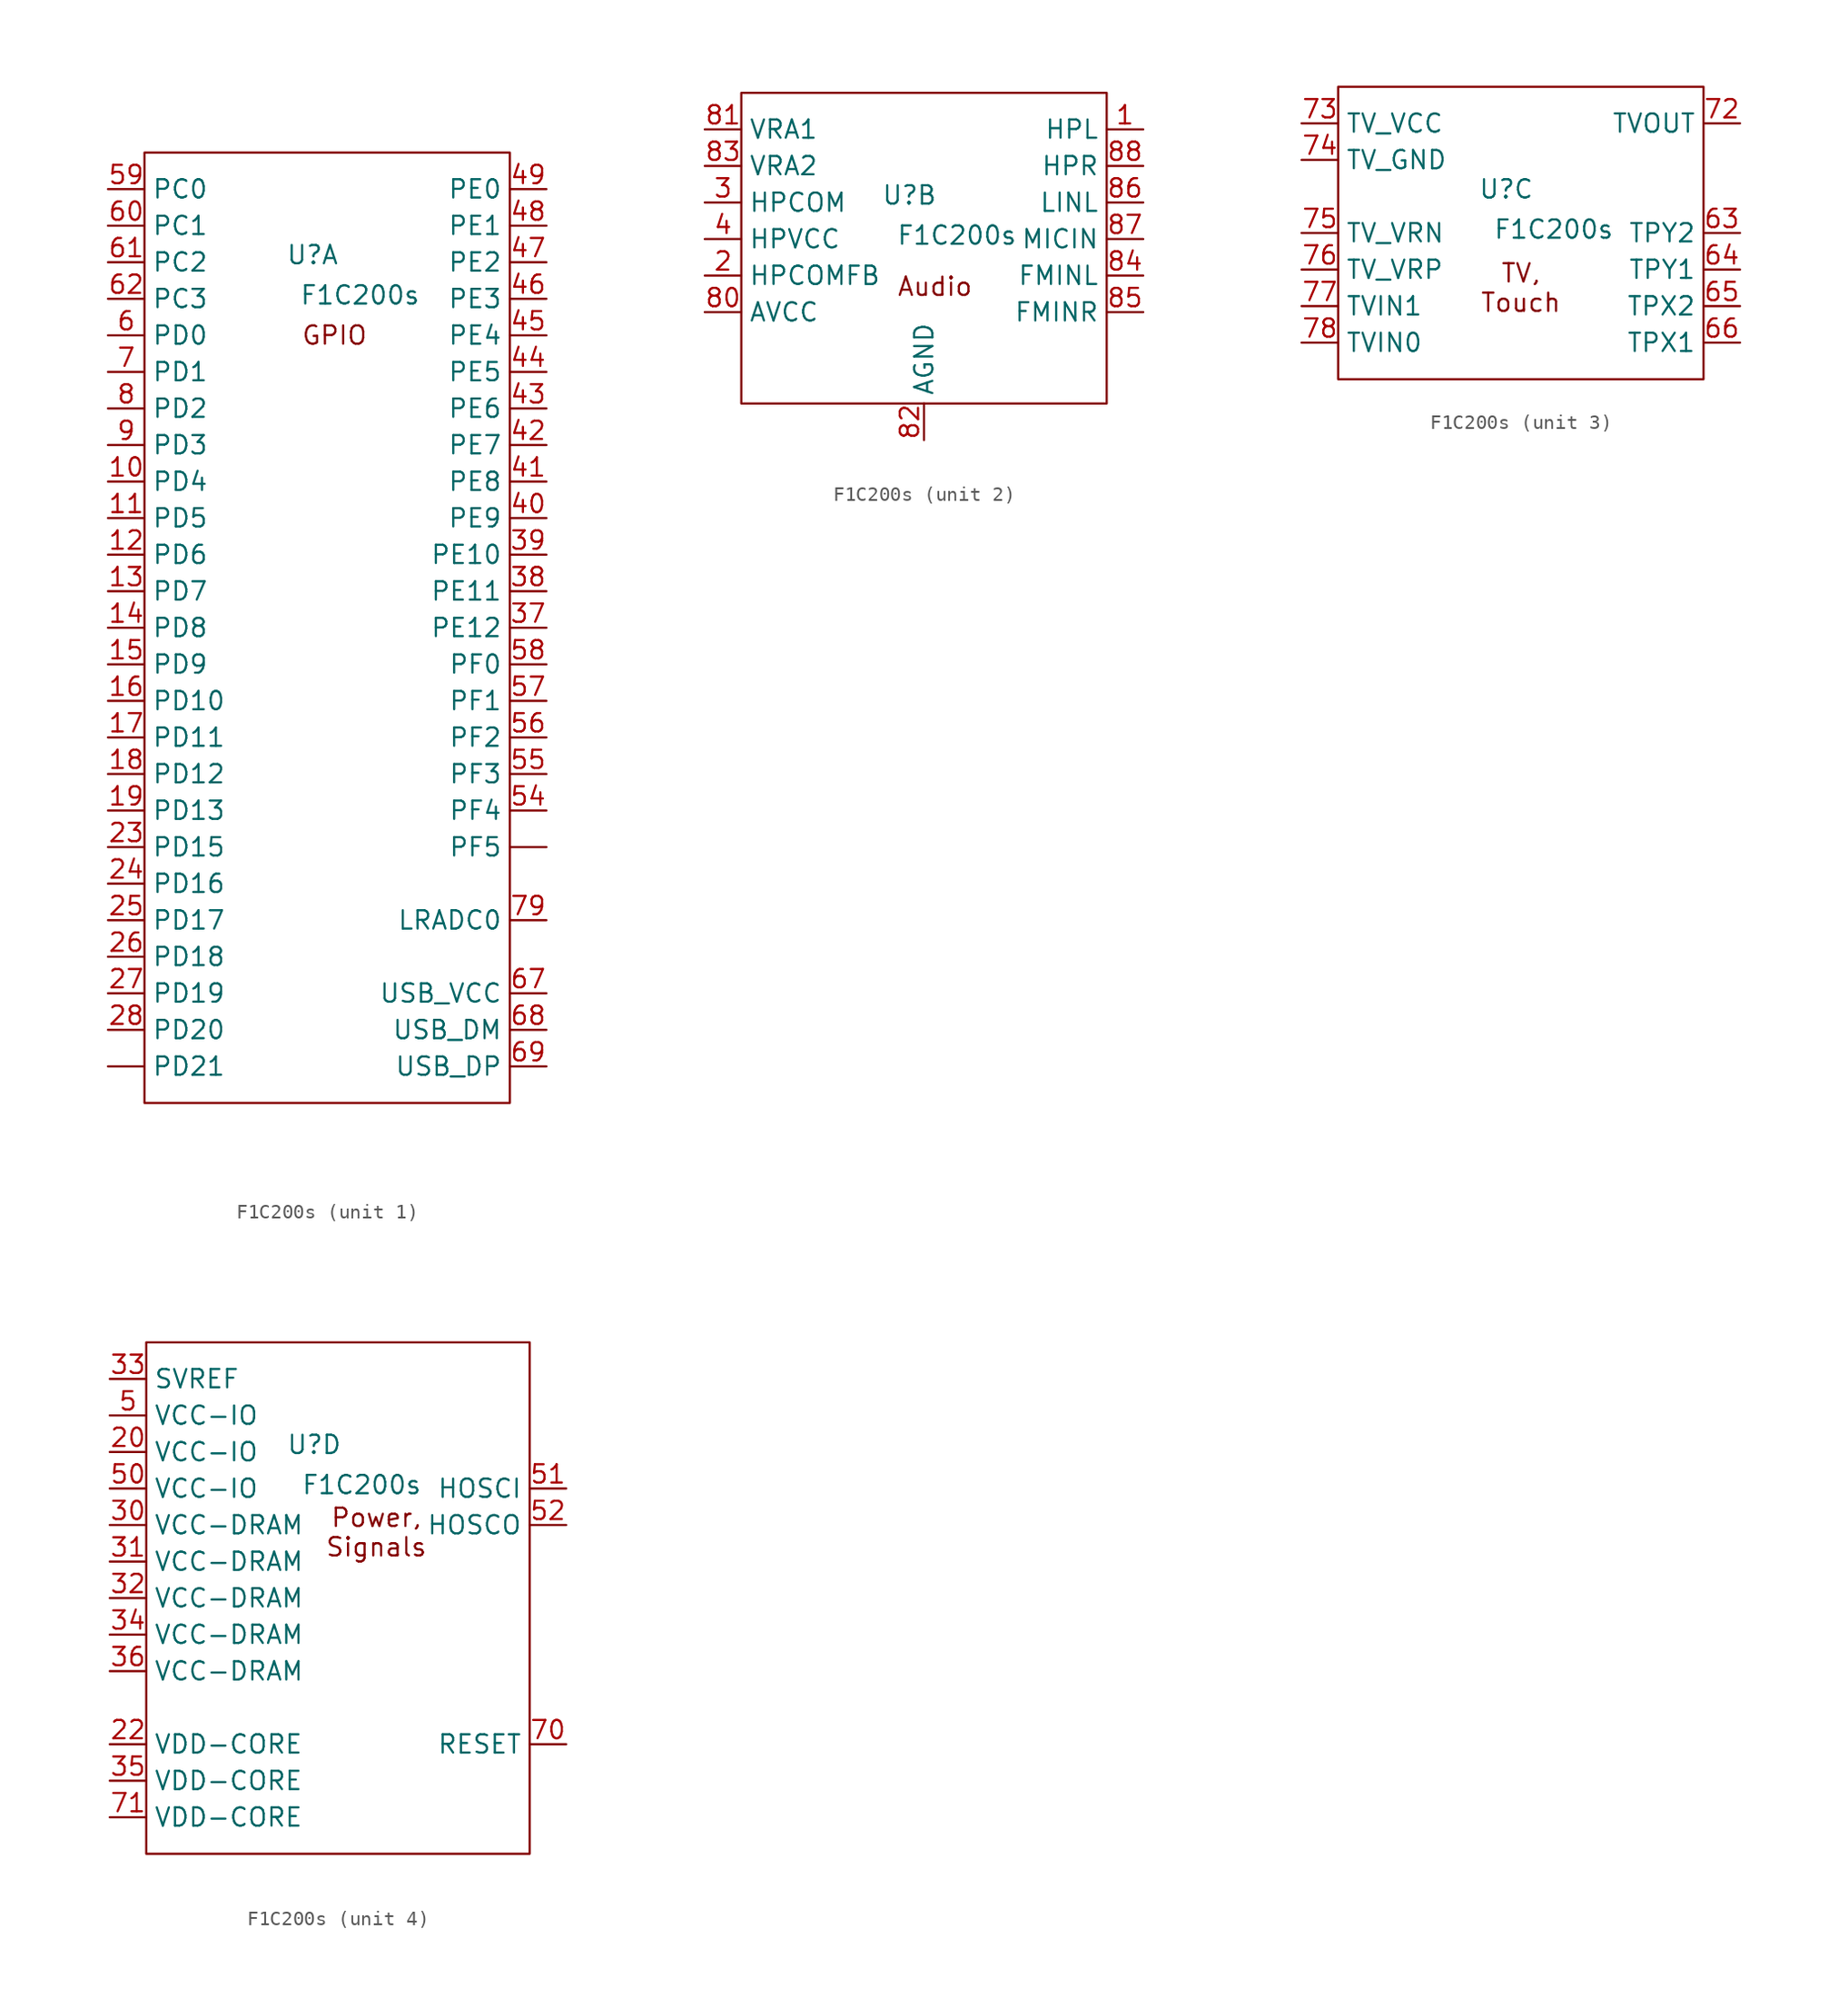
<source format=kicad_sym>
(kicad_symbol_lib
  (version 20231120)
  (generator "kicad_symbol_editor")
  (generator_version "8.0")
  (symbol "F1C200s"
    (property "Reference" "U"
      (at 11.684 -7.112 0)
      (effects (font (size 1.27 1.27))))
    (property "Value" "F1C200s"
      (at 14.986 -9.906 0)
      (effects (font (size 1.27 1.27))))
    (property "ki_locked" ""
      (at 0 0 0)
      (effects (font (size 1.27 1.27))))
    (symbol "F1C200s_1_1"
      (rectangle (start 0 0) (end 25.4 -66.04) (stroke (width 0) (type default)) (fill (type none)))
      (text "GPIO" (at 13.208 -12.7 0) (effects (font (size 1.27 1.27))))
      (pin input line (at -2.54 -63.5 0) (length 2.54) (name "PD21" (effects (font (size 1.27 1.27)))) (number "" (effects (font (size 1.27 1.27)))))
      (pin input line (at 27.94 -48.26 180) (length 2.54) (name "PF5" (effects (font (size 1.27 1.27)))) (number "" (effects (font (size 1.27 1.27)))))
      (pin input line (at -2.54 -22.86 0) (length 2.54) (name "PD4" (effects (font (size 1.27 1.27)))) (number "10" (effects (font (size 1.27 1.27)))))
      (pin input line (at -2.54 -25.4 0) (length 2.54) (name "PD5" (effects (font (size 1.27 1.27)))) (number "11" (effects (font (size 1.27 1.27)))))
      (pin input line (at -2.54 -27.94 0) (length 2.54) (name "PD6" (effects (font (size 1.27 1.27)))) (number "12" (effects (font (size 1.27 1.27)))))
      (pin input line (at -2.54 -30.48 0) (length 2.54) (name "PD7" (effects (font (size 1.27 1.27)))) (number "13" (effects (font (size 1.27 1.27)))))
      (pin input line (at -2.54 -33.02 0) (length 2.54) (name "PD8" (effects (font (size 1.27 1.27)))) (number "14" (effects (font (size 1.27 1.27)))))
      (pin input line (at -2.54 -35.56 0) (length 2.54) (name "PD9" (effects (font (size 1.27 1.27)))) (number "15" (effects (font (size 1.27 1.27)))))
      (pin input line (at -2.54 -38.1 0) (length 2.54) (name "PD10" (effects (font (size 1.27 1.27)))) (number "16" (effects (font (size 1.27 1.27)))))
      (pin input line (at -2.54 -40.64 0) (length 2.54) (name "PD11" (effects (font (size 1.27 1.27)))) (number "17" (effects (font (size 1.27 1.27)))))
      (pin input line (at -2.54 -43.18 0) (length 2.54) (name "PD12" (effects (font (size 1.27 1.27)))) (number "18" (effects (font (size 1.27 1.27)))))
      (pin input line (at -2.54 -45.72 0) (length 2.54) (name "PD13" (effects (font (size 1.27 1.27)))) (number "19" (effects (font (size 1.27 1.27)))))
      (pin input line (at -2.54 -48.26 0) (length 2.54) (name "PD15" (effects (font (size 1.27 1.27)))) (number "23" (effects (font (size 1.27 1.27)))))
      (pin input line (at -2.54 -50.8 0) (length 2.54) (name "PD16" (effects (font (size 1.27 1.27)))) (number "24" (effects (font (size 1.27 1.27)))))
      (pin input line (at -2.54 -53.34 0) (length 2.54) (name "PD17" (effects (font (size 1.27 1.27)))) (number "25" (effects (font (size 1.27 1.27)))))
      (pin input line (at -2.54 -55.88 0) (length 2.54) (name "PD18" (effects (font (size 1.27 1.27)))) (number "26" (effects (font (size 1.27 1.27)))))
      (pin input line (at -2.54 -58.42 0) (length 2.54) (name "PD19" (effects (font (size 1.27 1.27)))) (number "27" (effects (font (size 1.27 1.27)))))
      (pin input line (at -2.54 -60.96 0) (length 2.54) (name "PD20" (effects (font (size 1.27 1.27)))) (number "28" (effects (font (size 1.27 1.27)))))
      (pin input line (at 27.94 -33.02 180) (length 2.54) (name "PE12" (effects (font (size 1.27 1.27)))) (number "37" (effects (font (size 1.27 1.27)))))
      (pin input line (at 27.94 -30.48 180) (length 2.54) (name "PE11" (effects (font (size 1.27 1.27)))) (number "38" (effects (font (size 1.27 1.27)))))
      (pin input line (at 27.94 -27.94 180) (length 2.54) (name "PE10" (effects (font (size 1.27 1.27)))) (number "39" (effects (font (size 1.27 1.27)))))
      (pin input line (at 27.94 -25.4 180) (length 2.54) (name "PE9" (effects (font (size 1.27 1.27)))) (number "40" (effects (font (size 1.27 1.27)))))
      (pin input line (at 27.94 -22.86 180) (length 2.54) (name "PE8" (effects (font (size 1.27 1.27)))) (number "41" (effects (font (size 1.27 1.27)))))
      (pin input line (at 27.94 -20.32 180) (length 2.54) (name "PE7" (effects (font (size 1.27 1.27)))) (number "42" (effects (font (size 1.27 1.27)))))
      (pin input line (at 27.94 -17.78 180) (length 2.54) (name "PE6" (effects (font (size 1.27 1.27)))) (number "43" (effects (font (size 1.27 1.27)))))
      (pin input line (at 27.94 -15.24 180) (length 2.54) (name "PE5" (effects (font (size 1.27 1.27)))) (number "44" (effects (font (size 1.27 1.27)))))
      (pin input line (at 27.94 -12.7 180) (length 2.54) (name "PE4" (effects (font (size 1.27 1.27)))) (number "45" (effects (font (size 1.27 1.27)))))
      (pin input line (at 27.94 -10.16 180) (length 2.54) (name "PE3" (effects (font (size 1.27 1.27)))) (number "46" (effects (font (size 1.27 1.27)))))
      (pin input line (at 27.94 -7.62 180) (length 2.54) (name "PE2" (effects (font (size 1.27 1.27)))) (number "47" (effects (font (size 1.27 1.27)))))
      (pin input line (at 27.94 -5.08 180) (length 2.54) (name "PE1" (effects (font (size 1.27 1.27)))) (number "48" (effects (font (size 1.27 1.27)))))
      (pin input line (at 27.94 -2.54 180) (length 2.54) (name "PE0" (effects (font (size 1.27 1.27)))) (number "49" (effects (font (size 1.27 1.27)))))
      (pin input line (at 27.94 -45.72 180) (length 2.54) (name "PF4" (effects (font (size 1.27 1.27)))) (number "54" (effects (font (size 1.27 1.27)))))
      (pin input line (at 27.94 -43.18 180) (length 2.54) (name "PF3" (effects (font (size 1.27 1.27)))) (number "55" (effects (font (size 1.27 1.27)))))
      (pin input line (at 27.94 -40.64 180) (length 2.54) (name "PF2" (effects (font (size 1.27 1.27)))) (number "56" (effects (font (size 1.27 1.27)))))
      (pin input line (at 27.94 -38.1 180) (length 2.54) (name "PF1" (effects (font (size 1.27 1.27)))) (number "57" (effects (font (size 1.27 1.27)))))
      (pin input line (at 27.94 -35.56 180) (length 2.54) (name "PF0" (effects (font (size 1.27 1.27)))) (number "58" (effects (font (size 1.27 1.27)))))
      (pin input line (at -2.54 -2.54 0) (length 2.54) (name "PC0" (effects (font (size 1.27 1.27)))) (number "59" (effects (font (size 1.27 1.27)))))
      (pin input line (at -2.54 -12.7 0) (length 2.54) (name "PD0" (effects (font (size 1.27 1.27)))) (number "6" (effects (font (size 1.27 1.27)))))
      (pin input line (at -2.54 -5.08 0) (length 2.54) (name "PC1" (effects (font (size 1.27 1.27)))) (number "60" (effects (font (size 1.27 1.27)))))
      (pin input line (at -2.54 -7.62 0) (length 2.54) (name "PC2" (effects (font (size 1.27 1.27)))) (number "61" (effects (font (size 1.27 1.27)))))
      (pin input line (at -2.54 -10.16 0) (length 2.54) (name "PC3" (effects (font (size 1.27 1.27)))) (number "62" (effects (font (size 1.27 1.27)))))
      (pin power_in line (at 27.94 -58.42 180) (length 2.54) (name "USB_VCC" (effects (font (size 1.27 1.27)))) (number "67" (effects (font (size 1.27 1.27)))))
      (pin input line (at 27.94 -60.96 180) (length 2.54) (name "USB_DM" (effects (font (size 1.27 1.27)))) (number "68" (effects (font (size 1.27 1.27)))))
      (pin input line (at 27.94 -63.5 180) (length 2.54) (name "USB_DP" (effects (font (size 1.27 1.27)))) (number "69" (effects (font (size 1.27 1.27)))))
      (pin input line (at -2.54 -15.24 0) (length 2.54) (name "PD1" (effects (font (size 1.27 1.27)))) (number "7" (effects (font (size 1.27 1.27)))))
      (pin input line (at 27.94 -53.34 180) (length 2.54) (name "LRADC0" (effects (font (size 1.27 1.27)))) (number "79" (effects (font (size 1.27 1.27)))))
      (pin input line (at -2.54 -17.78 0) (length 2.54) (name "PD2" (effects (font (size 1.27 1.27)))) (number "8" (effects (font (size 1.27 1.27)))))
      (pin input line (at -2.54 -20.32 0) (length 2.54) (name "PD3" (effects (font (size 1.27 1.27)))) (number "9" (effects (font (size 1.27 1.27))))))
    (symbol "F1C200s_2_1"
      (rectangle (start 0 0) (end 25.4 -21.59) (stroke (width 0) (type default)) (fill (type none)))
      (text "Audio" (at 13.462 -13.462 0) (effects (font (size 1.27 1.27))))
      (pin input line (at 27.94 -2.54 180) (length 2.54) (name "HPL" (effects (font (size 1.27 1.27)))) (number "1" (effects (font (size 1.27 1.27)))))
      (pin input line (at -2.54 -12.7 0) (length 2.54) (name "HPCOMFB" (effects (font (size 1.27 1.27)))) (number "2" (effects (font (size 1.27 1.27)))))
      (pin input line (at -2.54 -7.62 0) (length 2.54) (name "HPCOM" (effects (font (size 1.27 1.27)))) (number "3" (effects (font (size 1.27 1.27)))))
      (pin power_in line (at -2.54 -10.16 0) (length 2.54) (name "HPVCC" (effects (font (size 1.27 1.27)))) (number "4" (effects (font (size 1.27 1.27)))))
      (pin power_in line (at -2.54 -15.24 0) (length 2.54) (name "AVCC" (effects (font (size 1.27 1.27)))) (number "80" (effects (font (size 1.27 1.27)))))
      (pin input line (at -2.54 -2.54 0) (length 2.54) (name "VRA1" (effects (font (size 1.27 1.27)))) (number "81" (effects (font (size 1.27 1.27)))))
      (pin power_in line (at 12.7 -24.13 90) (length 2.54) (name "AGND" (effects (font (size 1.27 1.27)))) (number "82" (effects (font (size 1.27 1.27)))))
      (pin input line (at -2.54 -5.08 0) (length 2.54) (name "VRA2" (effects (font (size 1.27 1.27)))) (number "83" (effects (font (size 1.27 1.27)))))
      (pin input line (at 27.94 -12.7 180) (length 2.54) (name "FMINL" (effects (font (size 1.27 1.27)))) (number "84" (effects (font (size 1.27 1.27)))))
      (pin input line (at 27.94 -15.24 180) (length 2.54) (name "FMINR" (effects (font (size 1.27 1.27)))) (number "85" (effects (font (size 1.27 1.27)))))
      (pin input line (at 27.94 -7.62 180) (length 2.54) (name "LINL" (effects (font (size 1.27 1.27)))) (number "86" (effects (font (size 1.27 1.27)))))
      (pin input line (at 27.94 -10.16 180) (length 2.54) (name "MICIN" (effects (font (size 1.27 1.27)))) (number "87" (effects (font (size 1.27 1.27)))))
      (pin input line (at 27.94 -5.08 180) (length 2.54) (name "HPR" (effects (font (size 1.27 1.27)))) (number "88" (effects (font (size 1.27 1.27))))))
    (symbol "F1C200s_3_1"
      (rectangle (start 0 0) (end 25.4 -20.32) (stroke (width 0) (type default)) (fill (type none)))
      (text "TV,\nTouch" (at 12.7 -13.97 0) (effects (font (size 1.27 1.27))))
      (pin input line (at 27.94 -10.16 180) (length 2.54) (name "TPY2" (effects (font (size 1.27 1.27)))) (number "63" (effects (font (size 1.27 1.27)))))
      (pin input line (at 27.94 -12.7 180) (length 2.54) (name "TPY1" (effects (font (size 1.27 1.27)))) (number "64" (effects (font (size 1.27 1.27)))))
      (pin input line (at 27.94 -15.24 180) (length 2.54) (name "TPX2" (effects (font (size 1.27 1.27)))) (number "65" (effects (font (size 1.27 1.27)))))
      (pin input line (at 27.94 -17.78 180) (length 2.54) (name "TPX1" (effects (font (size 1.27 1.27)))) (number "66" (effects (font (size 1.27 1.27)))))
      (pin output line (at 27.94 -2.54 180) (length 2.54) (name "TVOUT" (effects (font (size 1.27 1.27)))) (number "72" (effects (font (size 1.27 1.27)))))
      (pin power_in line (at -2.54 -2.54 0) (length 2.54) (name "TV_VCC" (effects (font (size 1.27 1.27)))) (number "73" (effects (font (size 1.27 1.27)))))
      (pin power_in line (at -2.54 -5.08 0) (length 2.54) (name "TV_GND" (effects (font (size 1.27 1.27)))) (number "74" (effects (font (size 1.27 1.27)))))
      (pin input line (at -2.54 -10.16 0) (length 2.54) (name "TV_VRN" (effects (font (size 1.27 1.27)))) (number "75" (effects (font (size 1.27 1.27)))))
      (pin input line (at -2.54 -12.7 0) (length 2.54) (name "TV_VRP" (effects (font (size 1.27 1.27)))) (number "76" (effects (font (size 1.27 1.27)))))
      (pin input line (at -2.54 -15.24 0) (length 2.54) (name "TVIN1" (effects (font (size 1.27 1.27)))) (number "77" (effects (font (size 1.27 1.27)))))
      (pin input line (at -2.54 -17.78 0) (length 2.54) (name "TVIN0" (effects (font (size 1.27 1.27)))) (number "78" (effects (font (size 1.27 1.27))))))
    (symbol "F1C200s_4_1"
      (rectangle (start 0 0) (end 26.67 -35.56) (stroke (width 0) (type default)) (fill (type none)))
      (text "Power,\nSignals" (at 16.002 -13.208 0) (effects (font (size 1.27 1.27))))
      (pin power_in line (at -2.54 -7.62 0) (length 2.54) (name "VCC-IO" (effects (font (size 1.27 1.27)))) (number "20" (effects (font (size 1.27 1.27)))))
      (pin power_in line (at -2.54 -27.94 0) (length 2.54) (name "VDD-CORE" (effects (font (size 1.27 1.27)))) (number "22" (effects (font (size 1.27 1.27)))))
      (pin power_in line (at -2.54 -12.7 0) (length 2.54) (name "VCC-DRAM" (effects (font (size 1.27 1.27)))) (number "30" (effects (font (size 1.27 1.27)))))
      (pin power_in line (at -2.54 -15.24 0) (length 2.54) (name "VCC-DRAM" (effects (font (size 1.27 1.27)))) (number "31" (effects (font (size 1.27 1.27)))))
      (pin power_in line (at -2.54 -17.78 0) (length 2.54) (name "VCC-DRAM" (effects (font (size 1.27 1.27)))) (number "32" (effects (font (size 1.27 1.27)))))
      (pin power_in line (at -2.54 -2.54 0) (length 2.54) (name "SVREF" (effects (font (size 1.27 1.27)))) (number "33" (effects (font (size 1.27 1.27)))))
      (pin power_in line (at -2.54 -20.32 0) (length 2.54) (name "VCC-DRAM" (effects (font (size 1.27 1.27)))) (number "34" (effects (font (size 1.27 1.27)))))
      (pin power_in line (at -2.54 -30.48 0) (length 2.54) (name "VDD-CORE" (effects (font (size 1.27 1.27)))) (number "35" (effects (font (size 1.27 1.27)))))
      (pin power_in line (at -2.54 -22.86 0) (length 2.54) (name "VCC-DRAM" (effects (font (size 1.27 1.27)))) (number "36" (effects (font (size 1.27 1.27)))))
      (pin power_in line (at -2.54 -5.08 0) (length 2.54) (name "VCC-IO" (effects (font (size 1.27 1.27)))) (number "5" (effects (font (size 1.27 1.27)))))
      (pin power_in line (at -2.54 -10.16 0) (length 2.54) (name "VCC-IO" (effects (font (size 1.27 1.27)))) (number "50" (effects (font (size 1.27 1.27)))))
      (pin input line (at 29.21 -10.16 180) (length 2.54) (name "HOSCI" (effects (font (size 1.27 1.27)))) (number "51" (effects (font (size 1.27 1.27)))))
      (pin output line (at 29.21 -12.7 180) (length 2.54) (name "HOSCO" (effects (font (size 1.27 1.27)))) (number "52" (effects (font (size 1.27 1.27)))))
      (pin input line (at 29.21 -27.94 180) (length 2.54) (name "RESET" (effects (font (size 1.27 1.27)))) (number "70" (effects (font (size 1.27 1.27)))))
      (pin power_in line (at -2.54 -33.02 0) (length 2.54) (name "VDD-CORE" (effects (font (size 1.27 1.27)))) (number "71" (effects (font (size 1.27 1.27))))))))
</source>
